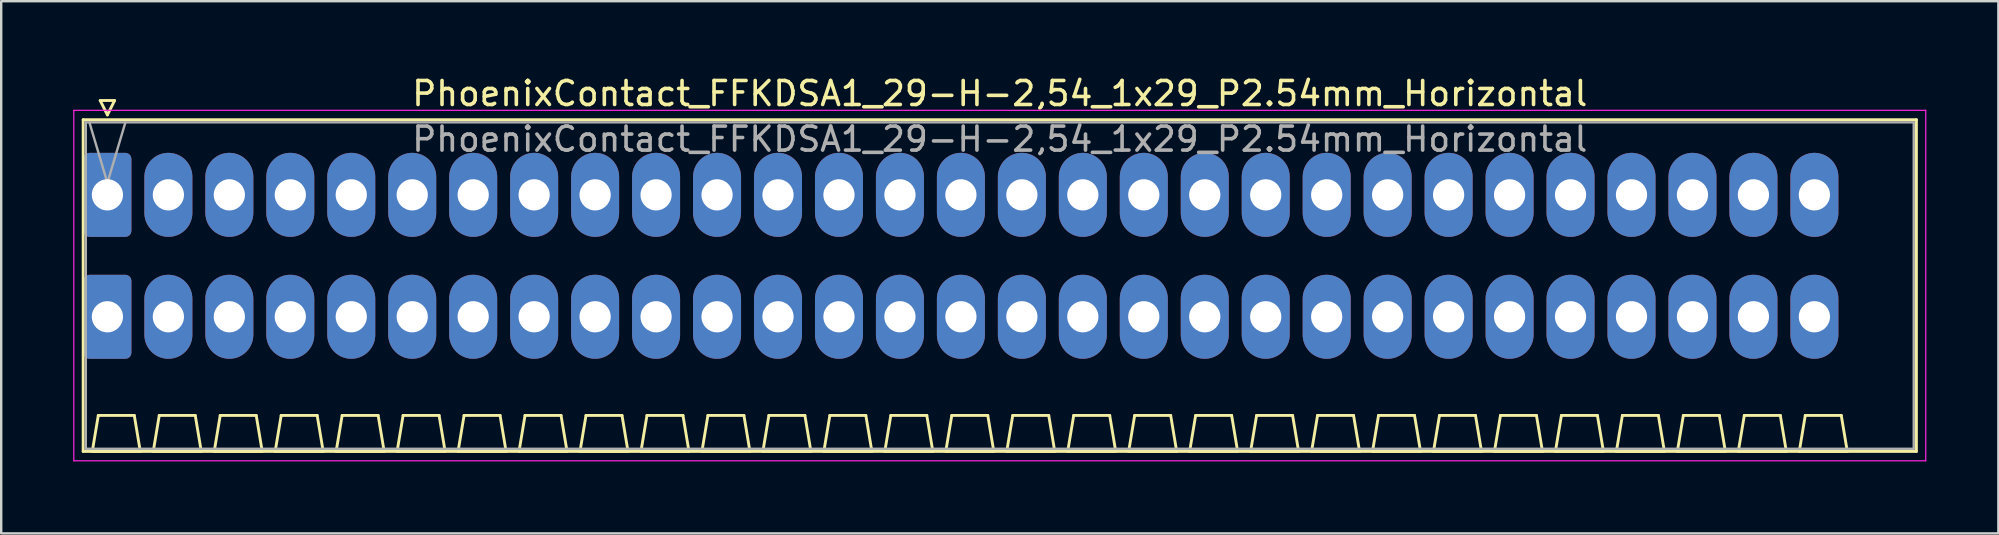
<source format=kicad_pcb>
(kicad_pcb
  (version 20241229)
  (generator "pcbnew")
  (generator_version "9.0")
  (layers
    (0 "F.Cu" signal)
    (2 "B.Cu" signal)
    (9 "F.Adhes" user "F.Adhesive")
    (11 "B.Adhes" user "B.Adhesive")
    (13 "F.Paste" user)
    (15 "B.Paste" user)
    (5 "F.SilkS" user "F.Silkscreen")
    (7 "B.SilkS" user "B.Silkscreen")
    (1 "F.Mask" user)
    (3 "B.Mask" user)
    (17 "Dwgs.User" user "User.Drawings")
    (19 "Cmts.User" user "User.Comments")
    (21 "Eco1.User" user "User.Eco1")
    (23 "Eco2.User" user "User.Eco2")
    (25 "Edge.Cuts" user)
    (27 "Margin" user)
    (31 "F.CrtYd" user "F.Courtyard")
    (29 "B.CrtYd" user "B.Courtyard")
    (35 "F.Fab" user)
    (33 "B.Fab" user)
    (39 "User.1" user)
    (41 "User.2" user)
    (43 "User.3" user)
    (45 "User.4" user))
  (footprint "PhoenixContact_FFKDSA1_29-H-2,54_1x29_P2.54mm_Horizontal"
    (layer "F.Cu")
    (at 1.425 5.068)
    (property "Reference" "PhoenixContact_FFKDSA1_29-H-2,54_1x29_P2.54mm_Horizontal" (at 37.18 -4.22 0) (layer "F.SilkS") (effects (font (size 1 1) (thickness 0.15))))
    (attr through_hole)
    (fp_line (start -1.01 -3.13) (end -1.01 10.69) (stroke (width 0.12) (type solid)) (layer "F.SilkS"))
    (fp_line (start -1.01 10.69) (end 75.37 10.69) (stroke (width 0.12) (type solid)) (layer "F.SilkS"))
    (fp_line (start -0.63 10.69) (end 1.37 10.69) (stroke (width 0.12) (type solid)) (layer "F.SilkS"))
    (fp_line (start -0.38 9.19) (end -0.63 10.69) (stroke (width 0.12) (type solid)) (layer "F.SilkS"))
    (fp_line (start -0.3 -3.93) (end 0.3 -3.93) (stroke (width 0.12) (type solid)) (layer "F.SilkS"))
    (fp_line (start 0 -3.33) (end -0.3 -3.93) (stroke (width 0.12) (type solid)) (layer "F.SilkS"))
    (fp_line (start 0.3 -3.93) (end 0 -3.33) (stroke (width 0.12) (type solid)) (layer "F.SilkS"))
    (fp_line (start 1.12 9.19) (end -0.38 9.19) (stroke (width 0.12) (type solid)) (layer "F.SilkS"))
    (fp_line (start 1.37 10.69) (end 1.12 9.19) (stroke (width 0.12) (type solid)) (layer "F.SilkS"))
    (fp_line (start 1.91 10.69) (end 3.91 10.69) (stroke (width 0.12) (type solid)) (layer "F.SilkS"))
    (fp_line (start 2.16 9.19) (end 1.91 10.69) (stroke (width 0.12) (type solid)) (layer "F.SilkS"))
    (fp_line (start 3.66 9.19) (end 2.16 9.19) (stroke (width 0.12) (type solid)) (layer "F.SilkS"))
    (fp_line (start 3.91 10.69) (end 3.66 9.19) (stroke (width 0.12) (type solid)) (layer "F.SilkS"))
    (fp_line (start 4.45 10.69) (end 6.45 10.69) (stroke (width 0.12) (type solid)) (layer "F.SilkS"))
    (fp_line (start 4.7 9.19) (end 4.45 10.69) (stroke (width 0.12) (type solid)) (layer "F.SilkS"))
    (fp_line (start 6.2 9.19) (end 4.7 9.19) (stroke (width 0.12) (type solid)) (layer "F.SilkS"))
    (fp_line (start 6.45 10.69) (end 6.2 9.19) (stroke (width 0.12) (type solid)) (layer "F.SilkS"))
    (fp_line (start 6.99 10.69) (end 8.99 10.69) (stroke (width 0.12) (type solid)) (layer "F.SilkS"))
    (fp_line (start 7.24 9.19) (end 6.99 10.69) (stroke (width 0.12) (type solid)) (layer "F.SilkS"))
    (fp_line (start 8.74 9.19) (end 7.24 9.19) (stroke (width 0.12) (type solid)) (layer "F.SilkS"))
    (fp_line (start 8.99 10.69) (end 8.74 9.19) (stroke (width 0.12) (type solid)) (layer "F.SilkS"))
    (fp_line (start 9.53 10.69) (end 11.53 10.69) (stroke (width 0.12) (type solid)) (layer "F.SilkS"))
    (fp_line (start 9.78 9.19) (end 9.53 10.69) (stroke (width 0.12) (type solid)) (layer "F.SilkS"))
    (fp_line (start 11.28 9.19) (end 9.78 9.19) (stroke (width 0.12) (type solid)) (layer "F.SilkS"))
    (fp_line (start 11.53 10.69) (end 11.28 9.19) (stroke (width 0.12) (type solid)) (layer "F.SilkS"))
    (fp_line (start 12.07 10.69) (end 14.07 10.69) (stroke (width 0.12) (type solid)) (layer "F.SilkS"))
    (fp_line (start 12.32 9.19) (end 12.07 10.69) (stroke (width 0.12) (type solid)) (layer "F.SilkS"))
    (fp_line (start 13.82 9.19) (end 12.32 9.19) (stroke (width 0.12) (type solid)) (layer "F.SilkS"))
    (fp_line (start 14.07 10.69) (end 13.82 9.19) (stroke (width 0.12) (type solid)) (layer "F.SilkS"))
    (fp_line (start 14.61 10.69) (end 16.61 10.69) (stroke (width 0.12) (type solid)) (layer "F.SilkS"))
    (fp_line (start 14.86 9.19) (end 14.61 10.69) (stroke (width 0.12) (type solid)) (layer "F.SilkS"))
    (fp_line (start 16.36 9.19) (end 14.86 9.19) (stroke (width 0.12) (type solid)) (layer "F.SilkS"))
    (fp_line (start 16.61 10.69) (end 16.36 9.19) (stroke (width 0.12) (type solid)) (layer "F.SilkS"))
    (fp_line (start 17.15 10.69) (end 19.15 10.69) (stroke (width 0.12) (type solid)) (layer "F.SilkS"))
    (fp_line (start 17.4 9.19) (end 17.15 10.69) (stroke (width 0.12) (type solid)) (layer "F.SilkS"))
    (fp_line (start 18.9 9.19) (end 17.4 9.19) (stroke (width 0.12) (type solid)) (layer "F.SilkS"))
    (fp_line (start 19.15 10.69) (end 18.9 9.19) (stroke (width 0.12) (type solid)) (layer "F.SilkS"))
    (fp_line (start 19.69 10.69) (end 21.69 10.69) (stroke (width 0.12) (type solid)) (layer "F.SilkS"))
    (fp_line (start 19.94 9.19) (end 19.69 10.69) (stroke (width 0.12) (type solid)) (layer "F.SilkS"))
    (fp_line (start 21.44 9.19) (end 19.94 9.19) (stroke (width 0.12) (type solid)) (layer "F.SilkS"))
    (fp_line (start 21.69 10.69) (end 21.44 9.19) (stroke (width 0.12) (type solid)) (layer "F.SilkS"))
    (fp_line (start 22.23 10.69) (end 24.23 10.69) (stroke (width 0.12) (type solid)) (layer "F.SilkS"))
    (fp_line (start 22.48 9.19) (end 22.23 10.69) (stroke (width 0.12) (type solid)) (layer "F.SilkS"))
    (fp_line (start 23.98 9.19) (end 22.48 9.19) (stroke (width 0.12) (type solid)) (layer "F.SilkS"))
    (fp_line (start 24.23 10.69) (end 23.98 9.19) (stroke (width 0.12) (type solid)) (layer "F.SilkS"))
    (fp_line (start 24.77 10.69) (end 26.77 10.69) (stroke (width 0.12) (type solid)) (layer "F.SilkS"))
    (fp_line (start 25.02 9.19) (end 24.77 10.69) (stroke (width 0.12) (type solid)) (layer "F.SilkS"))
    (fp_line (start 26.52 9.19) (end 25.02 9.19) (stroke (width 0.12) (type solid)) (layer "F.SilkS"))
    (fp_line (start 26.77 10.69) (end 26.52 9.19) (stroke (width 0.12) (type solid)) (layer "F.SilkS"))
    (fp_line (start 27.31 10.69) (end 29.31 10.69) (stroke (width 0.12) (type solid)) (layer "F.SilkS"))
    (fp_line (start 27.56 9.19) (end 27.31 10.69) (stroke (width 0.12) (type solid)) (layer "F.SilkS"))
    (fp_line (start 29.06 9.19) (end 27.56 9.19) (stroke (width 0.12) (type solid)) (layer "F.SilkS"))
    (fp_line (start 29.31 10.69) (end 29.06 9.19) (stroke (width 0.12) (type solid)) (layer "F.SilkS"))
    (fp_line (start 29.85 10.69) (end 31.85 10.69) (stroke (width 0.12) (type solid)) (layer "F.SilkS"))
    (fp_line (start 30.1 9.19) (end 29.85 10.69) (stroke (width 0.12) (type solid)) (layer "F.SilkS"))
    (fp_line (start 31.6 9.19) (end 30.1 9.19) (stroke (width 0.12) (type solid)) (layer "F.SilkS"))
    (fp_line (start 31.85 10.69) (end 31.6 9.19) (stroke (width 0.12) (type solid)) (layer "F.SilkS"))
    (fp_line (start 32.39 10.69) (end 34.39 10.69) (stroke (width 0.12) (type solid)) (layer "F.SilkS"))
    (fp_line (start 32.64 9.19) (end 32.39 10.69) (stroke (width 0.12) (type solid)) (layer "F.SilkS"))
    (fp_line (start 34.14 9.19) (end 32.64 9.19) (stroke (width 0.12) (type solid)) (layer "F.SilkS"))
    (fp_line (start 34.39 10.69) (end 34.14 9.19) (stroke (width 0.12) (type solid)) (layer "F.SilkS"))
    (fp_line (start 34.93 10.69) (end 36.93 10.69) (stroke (width 0.12) (type solid)) (layer "F.SilkS"))
    (fp_line (start 35.18 9.19) (end 34.93 10.69) (stroke (width 0.12) (type solid)) (layer "F.SilkS"))
    (fp_line (start 36.68 9.19) (end 35.18 9.19) (stroke (width 0.12) (type solid)) (layer "F.SilkS"))
    (fp_line (start 36.93 10.69) (end 36.68 9.19) (stroke (width 0.12) (type solid)) (layer "F.SilkS"))
    (fp_line (start 37.47 10.69) (end 39.47 10.69) (stroke (width 0.12) (type solid)) (layer "F.SilkS"))
    (fp_line (start 37.72 9.19) (end 37.47 10.69) (stroke (width 0.12) (type solid)) (layer "F.SilkS"))
    (fp_line (start 39.22 9.19) (end 37.72 9.19) (stroke (width 0.12) (type solid)) (layer "F.SilkS"))
    (fp_line (start 39.47 10.69) (end 39.22 9.19) (stroke (width 0.12) (type solid)) (layer "F.SilkS"))
    (fp_line (start 40.01 10.69) (end 42.01 10.69) (stroke (width 0.12) (type solid)) (layer "F.SilkS"))
    (fp_line (start 40.26 9.19) (end 40.01 10.69) (stroke (width 0.12) (type solid)) (layer "F.SilkS"))
    (fp_line (start 41.76 9.19) (end 40.26 9.19) (stroke (width 0.12) (type solid)) (layer "F.SilkS"))
    (fp_line (start 42.01 10.69) (end 41.76 9.19) (stroke (width 0.12) (type solid)) (layer "F.SilkS"))
    (fp_line (start 42.55 10.69) (end 44.55 10.69) (stroke (width 0.12) (type solid)) (layer "F.SilkS"))
    (fp_line (start 42.8 9.19) (end 42.55 10.69) (stroke (width 0.12) (type solid)) (layer "F.SilkS"))
    (fp_line (start 44.3 9.19) (end 42.8 9.19) (stroke (width 0.12) (type solid)) (layer "F.SilkS"))
    (fp_line (start 44.55 10.69) (end 44.3 9.19) (stroke (width 0.12) (type solid)) (layer "F.SilkS"))
    (fp_line (start 45.09 10.69) (end 47.09 10.69) (stroke (width 0.12) (type solid)) (layer "F.SilkS"))
    (fp_line (start 45.34 9.19) (end 45.09 10.69) (stroke (width 0.12) (type solid)) (layer "F.SilkS"))
    (fp_line (start 46.84 9.19) (end 45.34 9.19) (stroke (width 0.12) (type solid)) (layer "F.SilkS"))
    (fp_line (start 47.09 10.69) (end 46.84 9.19) (stroke (width 0.12) (type solid)) (layer "F.SilkS"))
    (fp_line (start 47.63 10.69) (end 49.63 10.69) (stroke (width 0.12) (type solid)) (layer "F.SilkS"))
    (fp_line (start 47.88 9.19) (end 47.63 10.69) (stroke (width 0.12) (type solid)) (layer "F.SilkS"))
    (fp_line (start 49.38 9.19) (end 47.88 9.19) (stroke (width 0.12) (type solid)) (layer "F.SilkS"))
    (fp_line (start 49.63 10.69) (end 49.38 9.19) (stroke (width 0.12) (type solid)) (layer "F.SilkS"))
    (fp_line (start 50.17 10.69) (end 52.17 10.69) (stroke (width 0.12) (type solid)) (layer "F.SilkS"))
    (fp_line (start 50.42 9.19) (end 50.17 10.69) (stroke (width 0.12) (type solid)) (layer "F.SilkS"))
    (fp_line (start 51.92 9.19) (end 50.42 9.19) (stroke (width 0.12) (type solid)) (layer "F.SilkS"))
    (fp_line (start 52.17 10.69) (end 51.92 9.19) (stroke (width 0.12) (type solid)) (layer "F.SilkS"))
    (fp_line (start 52.71 10.69) (end 54.71 10.69) (stroke (width 0.12) (type solid)) (layer "F.SilkS"))
    (fp_line (start 52.96 9.19) (end 52.71 10.69) (stroke (width 0.12) (type solid)) (layer "F.SilkS"))
    (fp_line (start 54.46 9.19) (end 52.96 9.19) (stroke (width 0.12) (type solid)) (layer "F.SilkS"))
    (fp_line (start 54.71 10.69) (end 54.46 9.19) (stroke (width 0.12) (type solid)) (layer "F.SilkS"))
    (fp_line (start 55.25 10.69) (end 57.25 10.69) (stroke (width 0.12) (type solid)) (layer "F.SilkS"))
    (fp_line (start 55.5 9.19) (end 55.25 10.69) (stroke (width 0.12) (type solid)) (layer "F.SilkS"))
    (fp_line (start 57 9.19) (end 55.5 9.19) (stroke (width 0.12) (type solid)) (layer "F.SilkS"))
    (fp_line (start 57.25 10.69) (end 57 9.19) (stroke (width 0.12) (type solid)) (layer "F.SilkS"))
    (fp_line (start 57.79 10.69) (end 59.79 10.69) (stroke (width 0.12) (type solid)) (layer "F.SilkS"))
    (fp_line (start 58.04 9.19) (end 57.79 10.69) (stroke (width 0.12) (type solid)) (layer "F.SilkS"))
    (fp_line (start 59.54 9.19) (end 58.04 9.19) (stroke (width 0.12) (type solid)) (layer "F.SilkS"))
    (fp_line (start 59.79 10.69) (end 59.54 9.19) (stroke (width 0.12) (type solid)) (layer "F.SilkS"))
    (fp_line (start 60.33 10.69) (end 62.33 10.69) (stroke (width 0.12) (type solid)) (layer "F.SilkS"))
    (fp_line (start 60.58 9.19) (end 60.33 10.69) (stroke (width 0.12) (type solid)) (layer "F.SilkS"))
    (fp_line (start 62.08 9.19) (end 60.58 9.19) (stroke (width 0.12) (type solid)) (layer "F.SilkS"))
    (fp_line (start 62.33 10.69) (end 62.08 9.19) (stroke (width 0.12) (type solid)) (layer "F.SilkS"))
    (fp_line (start 62.87 10.69) (end 64.87 10.69) (stroke (width 0.12) (type solid)) (layer "F.SilkS"))
    (fp_line (start 63.12 9.19) (end 62.87 10.69) (stroke (width 0.12) (type solid)) (layer "F.SilkS"))
    (fp_line (start 64.62 9.19) (end 63.12 9.19) (stroke (width 0.12) (type solid)) (layer "F.SilkS"))
    (fp_line (start 64.87 10.69) (end 64.62 9.19) (stroke (width 0.12) (type solid)) (layer "F.SilkS"))
    (fp_line (start 65.41 10.69) (end 67.41 10.69) (stroke (width 0.12) (type solid)) (layer "F.SilkS"))
    (fp_line (start 65.66 9.19) (end 65.41 10.69) (stroke (width 0.12) (type solid)) (layer "F.SilkS"))
    (fp_line (start 67.16 9.19) (end 65.66 9.19) (stroke (width 0.12) (type solid)) (layer "F.SilkS"))
    (fp_line (start 67.41 10.69) (end 67.16 9.19) (stroke (width 0.12) (type solid)) (layer "F.SilkS"))
    (fp_line (start 67.95 10.69) (end 69.95 10.69) (stroke (width 0.12) (type solid)) (layer "F.SilkS"))
    (fp_line (start 68.2 9.19) (end 67.95 10.69) (stroke (width 0.12) (type solid)) (layer "F.SilkS"))
    (fp_line (start 69.7 9.19) (end 68.2 9.19) (stroke (width 0.12) (type solid)) (layer "F.SilkS"))
    (fp_line (start 69.95 10.69) (end 69.7 9.19) (stroke (width 0.12) (type solid)) (layer "F.SilkS"))
    (fp_line (start 70.49 10.69) (end 72.49 10.69) (stroke (width 0.12) (type solid)) (layer "F.SilkS"))
    (fp_line (start 70.74 9.19) (end 70.49 10.69) (stroke (width 0.12) (type solid)) (layer "F.SilkS"))
    (fp_line (start 72.24 9.19) (end 70.74 9.19) (stroke (width 0.12) (type solid)) (layer "F.SilkS"))
    (fp_line (start 72.49 10.69) (end 72.24 9.19) (stroke (width 0.12) (type solid)) (layer "F.SilkS"))
    (fp_line (start 75.37 -3.13) (end -1.01 -3.13) (stroke (width 0.12) (type solid)) (layer "F.SilkS"))
    (fp_line (start 75.37 10.69) (end 75.37 -3.13) (stroke (width 0.12) (type solid)) (layer "F.SilkS"))
    (fp_line (start -1.4 -3.52) (end -1.4 11.08) (stroke (width 0.05) (type solid)) (layer "F.CrtYd"))
    (fp_line (start -1.4 11.08) (end 75.76 11.08) (stroke (width 0.05) (type solid)) (layer "F.CrtYd"))
    (fp_line (start 75.76 -3.52) (end -1.4 -3.52) (stroke (width 0.05) (type solid)) (layer "F.CrtYd"))
    (fp_line (start 75.76 11.08) (end 75.76 -3.52) (stroke (width 0.05) (type solid)) (layer "F.CrtYd"))
    (fp_line (start -0.9 -3.02) (end -0.9 10.58) (stroke (width 0.1) (type solid)) (layer "F.Fab"))
    (fp_line (start -0.9 10.58) (end 75.26 10.58) (stroke (width 0.1) (type solid)) (layer "F.Fab"))
    (fp_line (start 0 -0.5) (end -0.75 -3.02) (stroke (width 0.1) (type solid)) (layer "F.Fab"))
    (fp_line (start 0.75 -3.02) (end 0 -0.5) (stroke (width 0.1) (type solid)) (layer "F.Fab"))
    (fp_line (start 75.26 -3.02) (end -0.9 -3.02) (stroke (width 0.1) (type solid)) (layer "F.Fab"))
    (fp_line (start 75.26 10.58) (end 75.26 -3.02) (stroke (width 0.1) (type solid)) (layer "F.Fab"))
    (fp_text user "${REFERENCE}" (at 37.18 -2.32 0) (layer "F.Fab") (effects (font (size 1 1) (thickness 0.15))))
    (pad "1" thru_hole roundrect (at 0 0) (size 2 3.5) (drill 1.3) (layers "*.Cu" "*.Mask") (roundrect_rratio 0.125))
    (pad "1" thru_hole roundrect (at 0 5.08) (size 2 3.5) (drill 1.3) (layers "*.Cu" "*.Mask") (roundrect_rratio 0.125))
    (pad "2" thru_hole oval (at 2.54 0) (size 2 3.5) (drill 1.3) (layers "*.Cu" "*.Mask"))
    (pad "2" thru_hole oval (at 2.54 5.08) (size 2 3.5) (drill 1.3) (layers "*.Cu" "*.Mask"))
    (pad "3" thru_hole oval (at 5.08 0) (size 2 3.5) (drill 1.3) (layers "*.Cu" "*.Mask"))
    (pad "3" thru_hole oval (at 5.08 5.08) (size 2 3.5) (drill 1.3) (layers "*.Cu" "*.Mask"))
    (pad "4" thru_hole oval (at 7.62 0) (size 2 3.5) (drill 1.3) (layers "*.Cu" "*.Mask"))
    (pad "4" thru_hole oval (at 7.62 5.08) (size 2 3.5) (drill 1.3) (layers "*.Cu" "*.Mask"))
    (pad "5" thru_hole oval (at 10.16 0) (size 2 3.5) (drill 1.3) (layers "*.Cu" "*.Mask"))
    (pad "5" thru_hole oval (at 10.16 5.08) (size 2 3.5) (drill 1.3) (layers "*.Cu" "*.Mask"))
    (pad "6" thru_hole oval (at 12.7 0) (size 2 3.5) (drill 1.3) (layers "*.Cu" "*.Mask"))
    (pad "6" thru_hole oval (at 12.7 5.08) (size 2 3.5) (drill 1.3) (layers "*.Cu" "*.Mask"))
    (pad "7" thru_hole oval (at 15.24 0) (size 2 3.5) (drill 1.3) (layers "*.Cu" "*.Mask"))
    (pad "7" thru_hole oval (at 15.24 5.08) (size 2 3.5) (drill 1.3) (layers "*.Cu" "*.Mask"))
    (pad "8" thru_hole oval (at 17.78 0) (size 2 3.5) (drill 1.3) (layers "*.Cu" "*.Mask"))
    (pad "8" thru_hole oval (at 17.78 5.08) (size 2 3.5) (drill 1.3) (layers "*.Cu" "*.Mask"))
    (pad "9" thru_hole oval (at 20.32 0) (size 2 3.5) (drill 1.3) (layers "*.Cu" "*.Mask"))
    (pad "9" thru_hole oval (at 20.32 5.08) (size 2 3.5) (drill 1.3) (layers "*.Cu" "*.Mask"))
    (pad "10" thru_hole oval (at 22.86 0) (size 2 3.5) (drill 1.3) (layers "*.Cu" "*.Mask"))
    (pad "10" thru_hole oval (at 22.86 5.08) (size 2 3.5) (drill 1.3) (layers "*.Cu" "*.Mask"))
    (pad "11" thru_hole oval (at 25.4 0) (size 2 3.5) (drill 1.3) (layers "*.Cu" "*.Mask"))
    (pad "11" thru_hole oval (at 25.4 5.08) (size 2 3.5) (drill 1.3) (layers "*.Cu" "*.Mask"))
    (pad "12" thru_hole oval (at 27.94 0) (size 2 3.5) (drill 1.3) (layers "*.Cu" "*.Mask"))
    (pad "12" thru_hole oval (at 27.94 5.08) (size 2 3.5) (drill 1.3) (layers "*.Cu" "*.Mask"))
    (pad "13" thru_hole oval (at 30.48 0) (size 2 3.5) (drill 1.3) (layers "*.Cu" "*.Mask"))
    (pad "13" thru_hole oval (at 30.48 5.08) (size 2 3.5) (drill 1.3) (layers "*.Cu" "*.Mask"))
    (pad "14" thru_hole oval (at 33.02 0) (size 2 3.5) (drill 1.3) (layers "*.Cu" "*.Mask"))
    (pad "14" thru_hole oval (at 33.02 5.08) (size 2 3.5) (drill 1.3) (layers "*.Cu" "*.Mask"))
    (pad "15" thru_hole oval (at 35.56 0) (size 2 3.5) (drill 1.3) (layers "*.Cu" "*.Mask"))
    (pad "15" thru_hole oval (at 35.56 5.08) (size 2 3.5) (drill 1.3) (layers "*.Cu" "*.Mask"))
    (pad "16" thru_hole oval (at 38.1 0) (size 2 3.5) (drill 1.3) (layers "*.Cu" "*.Mask"))
    (pad "16" thru_hole oval (at 38.1 5.08) (size 2 3.5) (drill 1.3) (layers "*.Cu" "*.Mask"))
    (pad "17" thru_hole oval (at 40.64 0) (size 2 3.5) (drill 1.3) (layers "*.Cu" "*.Mask"))
    (pad "17" thru_hole oval (at 40.64 5.08) (size 2 3.5) (drill 1.3) (layers "*.Cu" "*.Mask"))
    (pad "18" thru_hole oval (at 43.18 0) (size 2 3.5) (drill 1.3) (layers "*.Cu" "*.Mask"))
    (pad "18" thru_hole oval (at 43.18 5.08) (size 2 3.5) (drill 1.3) (layers "*.Cu" "*.Mask"))
    (pad "19" thru_hole oval (at 45.72 0) (size 2 3.5) (drill 1.3) (layers "*.Cu" "*.Mask"))
    (pad "19" thru_hole oval (at 45.72 5.08) (size 2 3.5) (drill 1.3) (layers "*.Cu" "*.Mask"))
    (pad "20" thru_hole oval (at 48.26 0) (size 2 3.5) (drill 1.3) (layers "*.Cu" "*.Mask"))
    (pad "20" thru_hole oval (at 48.26 5.08) (size 2 3.5) (drill 1.3) (layers "*.Cu" "*.Mask"))
    (pad "21" thru_hole oval (at 50.8 0) (size 2 3.5) (drill 1.3) (layers "*.Cu" "*.Mask"))
    (pad "21" thru_hole oval (at 50.8 5.08) (size 2 3.5) (drill 1.3) (layers "*.Cu" "*.Mask"))
    (pad "22" thru_hole oval (at 53.34 0) (size 2 3.5) (drill 1.3) (layers "*.Cu" "*.Mask"))
    (pad "22" thru_hole oval (at 53.34 5.08) (size 2 3.5) (drill 1.3) (layers "*.Cu" "*.Mask"))
    (pad "23" thru_hole oval (at 55.88 0) (size 2 3.5) (drill 1.3) (layers "*.Cu" "*.Mask"))
    (pad "23" thru_hole oval (at 55.88 5.08) (size 2 3.5) (drill 1.3) (layers "*.Cu" "*.Mask"))
    (pad "24" thru_hole oval (at 58.42 0) (size 2 3.5) (drill 1.3) (layers "*.Cu" "*.Mask"))
    (pad "24" thru_hole oval (at 58.42 5.08) (size 2 3.5) (drill 1.3) (layers "*.Cu" "*.Mask"))
    (pad "25" thru_hole oval (at 60.96 0) (size 2 3.5) (drill 1.3) (layers "*.Cu" "*.Mask"))
    (pad "25" thru_hole oval (at 60.96 5.08) (size 2 3.5) (drill 1.3) (layers "*.Cu" "*.Mask"))
    (pad "26" thru_hole oval (at 63.5 0) (size 2 3.5) (drill 1.3) (layers "*.Cu" "*.Mask"))
    (pad "26" thru_hole oval (at 63.5 5.08) (size 2 3.5) (drill 1.3) (layers "*.Cu" "*.Mask"))
    (pad "27" thru_hole oval (at 66.04 0) (size 2 3.5) (drill 1.3) (layers "*.Cu" "*.Mask"))
    (pad "27" thru_hole oval (at 66.04 5.08) (size 2 3.5) (drill 1.3) (layers "*.Cu" "*.Mask"))
    (pad "28" thru_hole oval (at 68.58 0) (size 2 3.5) (drill 1.3) (layers "*.Cu" "*.Mask"))
    (pad "28" thru_hole oval (at 68.58 5.08) (size 2 3.5) (drill 1.3) (layers "*.Cu" "*.Mask"))
    (pad "29" thru_hole oval (at 71.12 0) (size 2 3.5) (drill 1.3) (layers "*.Cu" "*.Mask"))
    (pad "29" thru_hole oval (at 71.12 5.08) (size 2 3.5) (drill 1.3) (layers "*.Cu" "*.Mask")))
  (gr_rect
    (start -3 -3)
    (end 80.21 19.173)
    (stroke (width 0.1) (type default))
    (fill no)
    (layer "Edge.Cuts")))
</source>
